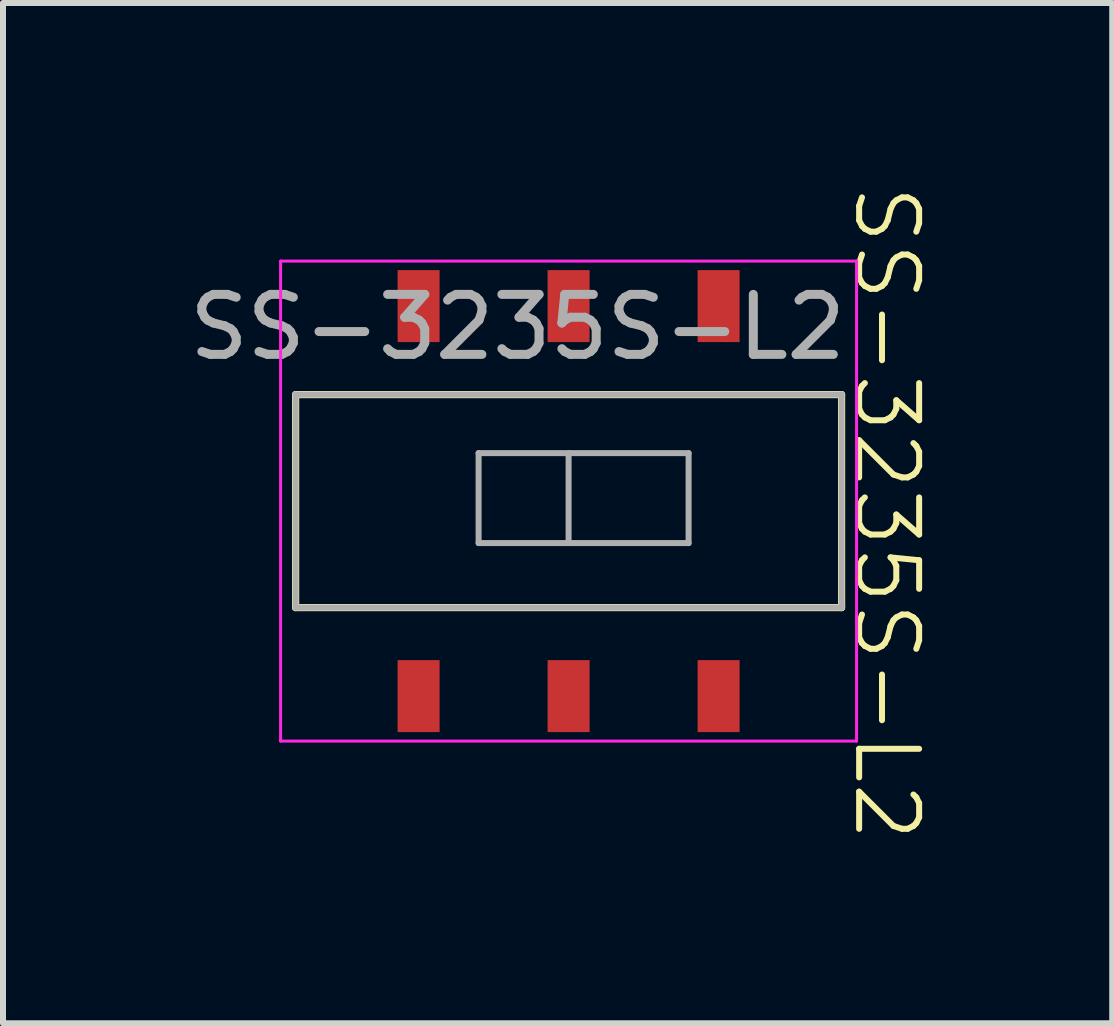
<source format=kicad_pcb>
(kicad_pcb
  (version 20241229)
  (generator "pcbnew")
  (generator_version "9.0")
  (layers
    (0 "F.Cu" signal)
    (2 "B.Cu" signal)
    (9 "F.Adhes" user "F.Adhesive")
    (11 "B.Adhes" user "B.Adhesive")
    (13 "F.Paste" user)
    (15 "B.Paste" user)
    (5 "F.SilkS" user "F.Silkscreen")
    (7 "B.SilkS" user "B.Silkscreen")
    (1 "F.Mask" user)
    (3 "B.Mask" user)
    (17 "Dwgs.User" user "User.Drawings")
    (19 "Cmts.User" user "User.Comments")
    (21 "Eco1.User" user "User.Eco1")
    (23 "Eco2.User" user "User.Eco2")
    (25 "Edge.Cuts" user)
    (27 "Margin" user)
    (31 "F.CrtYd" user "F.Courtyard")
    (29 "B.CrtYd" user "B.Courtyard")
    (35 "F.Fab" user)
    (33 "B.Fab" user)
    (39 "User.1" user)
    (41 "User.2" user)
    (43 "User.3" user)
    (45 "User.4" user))
  (footprint "SS-3235S-L2"
    (layer "F.Cu")
    (at 6.427 5.302)
    (property "Reference" "SS-3235S-L2" (at 5.3 0.2 270) (unlocked yes) (layer "F.SilkS") (effects (font (size 1 1) (thickness 0.1))))
    (attr smd)
    (fp_line (start -4.55 -1.775) (end -4.55 1.775) (stroke (width 0.12) (type solid)) (layer "F.SilkS"))
    (fp_line (start 4.55 -1.775) (end -4.55 -1.775) (stroke (width 0.12) (type solid)) (layer "F.SilkS"))
    (fp_line (start 4.55 -1.775) (end 4.55 1.775) (stroke (width 0.12) (type solid)) (layer "F.SilkS"))
    (fp_line (start 4.55 1.775) (end -4.55 1.775) (stroke (width 0.12) (type solid)) (layer "F.SilkS"))
    (fp_line (start -4.8 -4) (end -4.8 4) (stroke (width 0.05) (type solid)) (layer "F.CrtYd"))
    (fp_line (start -4.8 -4) (end 4.8 -4) (stroke (width 0.05) (type solid)) (layer "F.CrtYd"))
    (fp_line (start -4.8 4) (end 4.8 4) (stroke (width 0.05) (type solid)) (layer "F.CrtYd"))
    (fp_line (start 4.8 -4) (end 4.8 4) (stroke (width 0.05) (type solid)) (layer "F.CrtYd"))
    (fp_line (start -4.55 -1.775) (end -4.55 1.775) (stroke (width 0.1) (type solid)) (layer "F.Fab"))
    (fp_line (start -4.55 -1.775) (end 4.55 -1.775) (stroke (width 0.1) (type solid)) (layer "F.Fab"))
    (fp_line (start -4.55 1.775) (end 4.55 1.775) (stroke (width 0.1) (type solid)) (layer "F.Fab"))
    (fp_line (start -1.5 -0.8) (end -1.5 0.7) (stroke (width 0.1) (type solid)) (layer "F.Fab"))
    (fp_line (start -1.5 -0.8) (end 2 -0.8) (stroke (width 0.1) (type solid)) (layer "F.Fab"))
    (fp_line (start 0 -0.8) (end 0 0.7) (stroke (width 0.1) (type solid)) (layer "F.Fab"))
    (fp_line (start 2 -0.8) (end 2 0.7) (stroke (width 0.1) (type solid)) (layer "F.Fab"))
    (fp_line (start 2 0.7) (end -1.5 0.7) (stroke (width 0.1) (type solid)) (layer "F.Fab"))
    (fp_line (start 4.55 -1.775) (end 4.55 1.775) (stroke (width 0.1) (type solid)) (layer "F.Fab"))
    (fp_text user "${REFERENCE}" (at -0.85 -2.9 0) (layer "F.Fab") (effects (font (size 1 1) (thickness 0.15))))
    (pad "1" smd rect (at -2.5 -3.25) (size 0.7 1.2) (layers "F.Cu" "F.Mask" "F.Paste"))
    (pad "2" smd rect (at 0 -3.25) (size 0.7 1.2) (layers "F.Cu" "F.Mask" "F.Paste"))
    (pad "3" smd rect (at 2.5 -3.25) (size 0.7 1.2) (layers "F.Cu" "F.Mask" "F.Paste"))
    (pad "4" smd rect (at -2.5 3.25) (size 0.7 1.2) (layers "F.Cu" "F.Mask" "F.Paste"))
    (pad "5" smd rect (at 0 3.25) (size 0.7 1.2) (layers "F.Cu" "F.Mask" "F.Paste"))
    (pad "6" smd rect (at 2.5 3.25) (size 0.7 1.2) (layers "F.Cu" "F.Mask" "F.Paste")))
  (gr_rect
    (start -3 -3)
    (end 15.488 14.005)
    (stroke (width 0.1) (type default))
    (fill no)
    (layer "Edge.Cuts")))
</source>
